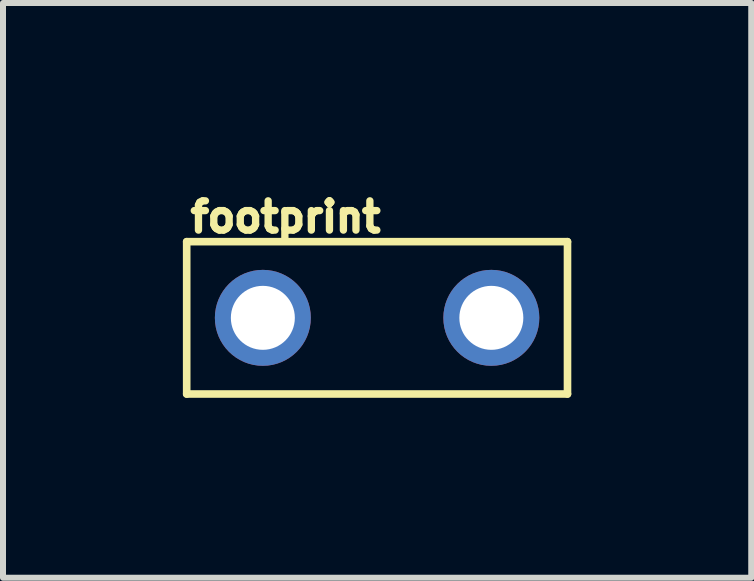
<source format=kicad_pcb>
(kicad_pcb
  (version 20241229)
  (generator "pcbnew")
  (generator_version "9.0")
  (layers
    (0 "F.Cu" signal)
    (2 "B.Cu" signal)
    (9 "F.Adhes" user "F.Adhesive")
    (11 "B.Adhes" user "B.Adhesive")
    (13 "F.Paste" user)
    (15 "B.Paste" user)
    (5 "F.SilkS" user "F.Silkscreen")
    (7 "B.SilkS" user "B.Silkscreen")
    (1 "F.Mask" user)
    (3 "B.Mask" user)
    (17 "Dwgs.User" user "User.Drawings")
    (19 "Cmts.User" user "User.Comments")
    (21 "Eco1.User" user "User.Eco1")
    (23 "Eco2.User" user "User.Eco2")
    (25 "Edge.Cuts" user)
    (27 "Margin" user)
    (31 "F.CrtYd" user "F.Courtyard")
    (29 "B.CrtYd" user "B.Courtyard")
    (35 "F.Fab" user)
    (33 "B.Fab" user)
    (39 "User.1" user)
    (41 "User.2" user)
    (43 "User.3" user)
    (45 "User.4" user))
  (footprint "footprint"
    (layer "F.Cu")
    (at 1.333 2.25)
    (property "Reference" "footprint" (at -1.27 -1.397 0) (layer "F.SilkS") (effects (font (size 0.488 0.488) (thickness 0.122)) (justify left bottom)))
    (fp_line (start -1.27 -1.27) (end -1.27 1.27) (stroke (width 0.127) (type solid)) (layer "F.SilkS"))
    (fp_line (start -1.27 1.27) (end 5.08 1.27) (stroke (width 0.127) (type solid)) (layer "F.SilkS"))
    (fp_line (start 5.08 -1.27) (end -1.27 -1.27) (stroke (width 0.127) (type solid)) (layer "F.SilkS"))
    (fp_line (start 5.08 1.27) (end 5.08 -1.27) (stroke (width 0.127) (type solid)) (layer "F.SilkS"))
    (pad "P$1" thru_hole circle (at 0 0) (size 1.6 1.6) (drill 1.067) (layers "*.Cu" "*.Mask"))
    (pad "P$2" thru_hole circle (at 3.81 0) (size 1.6 1.6) (drill 1.067) (layers "*.Cu" "*.Mask")))
  (gr_rect
    (start -3 -3)
    (end 9.477 6.584)
    (stroke (width 0.1) (type default))
    (fill no)
    (layer "Edge.Cuts")))
</source>
